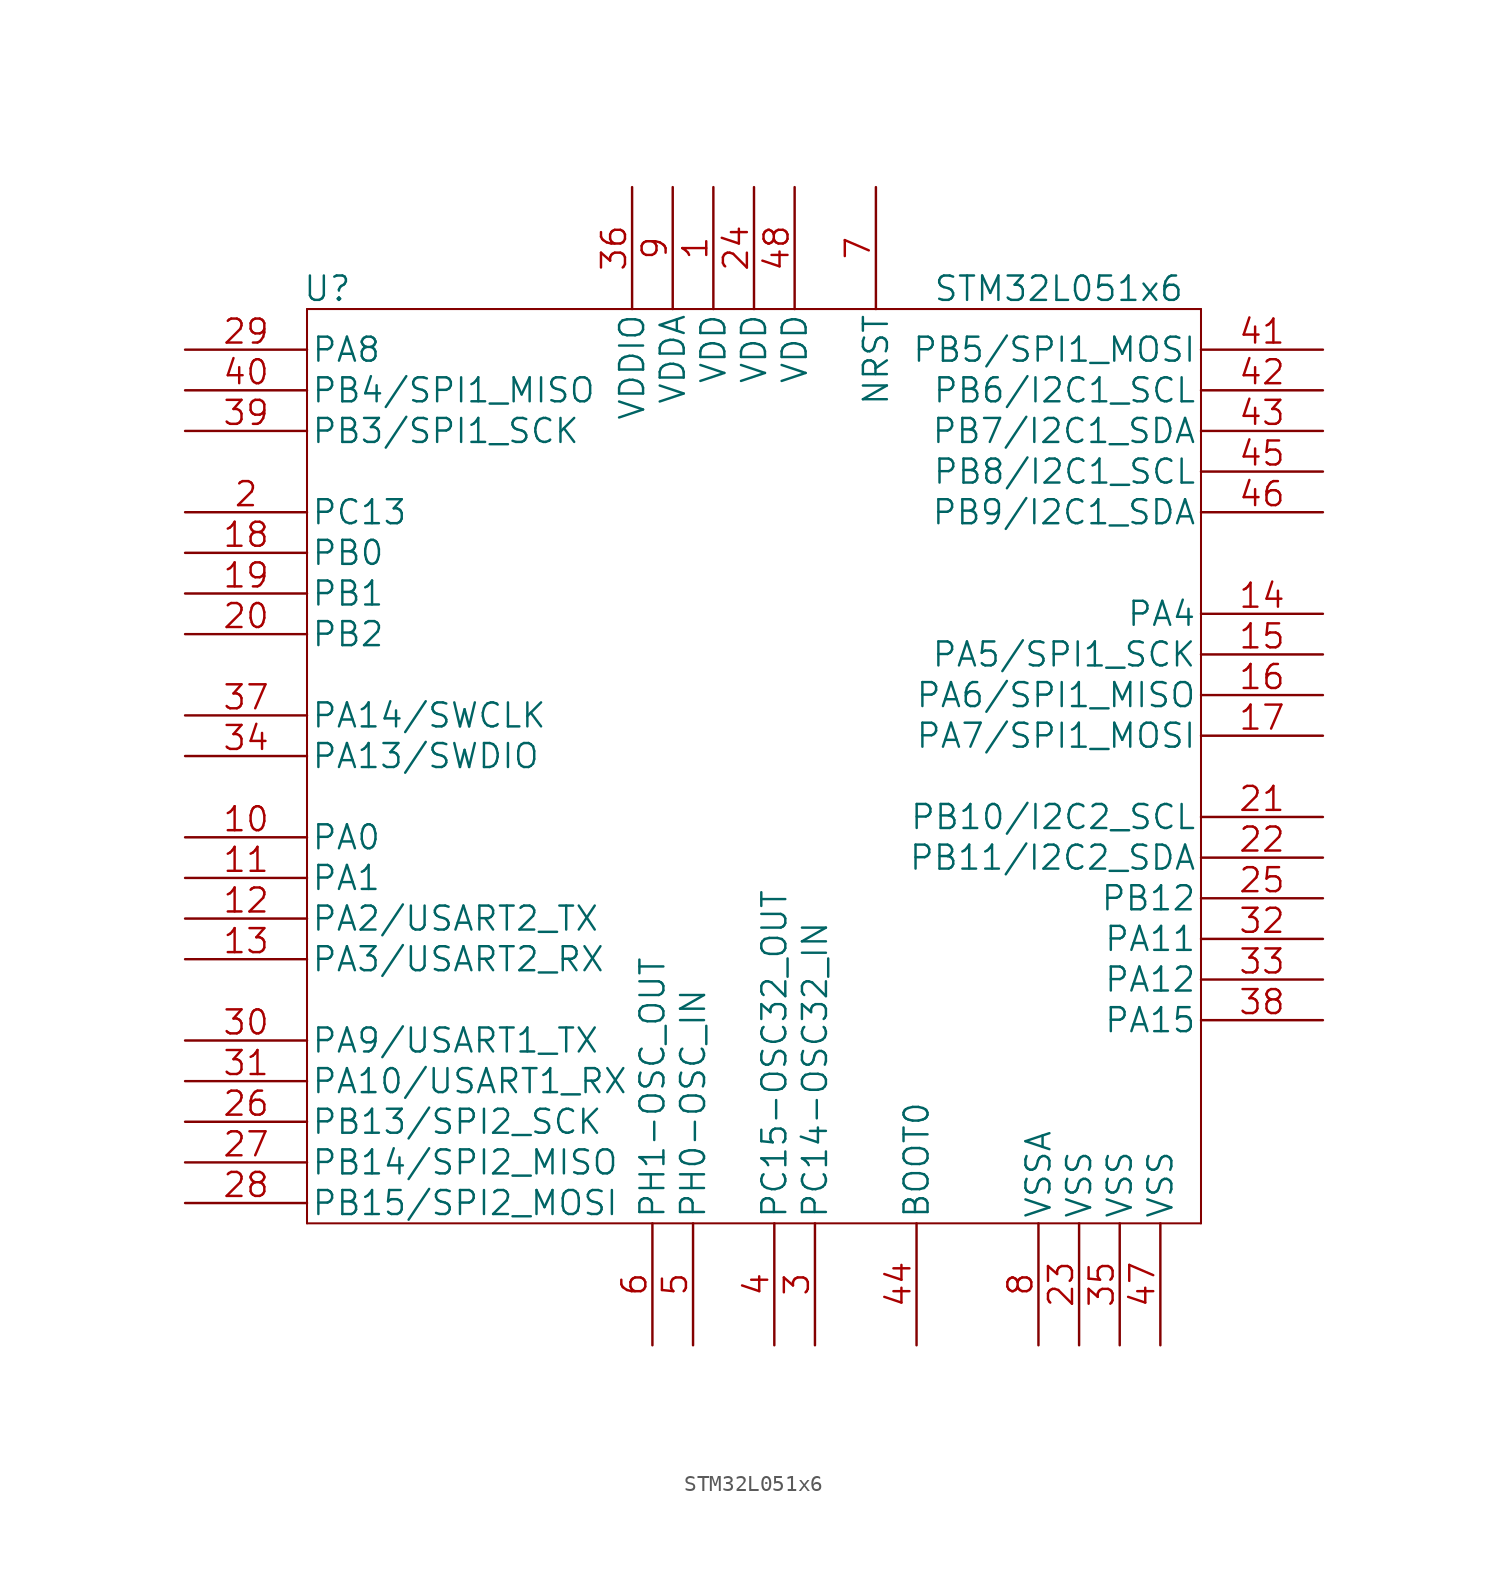
<source format=kicad_sym>
(kicad_symbol_lib
  (version 20211014)
  (generator kicad_symbol_editor)
  (symbol "STM32L051x6"
    (pin_names
      (offset 0.254))
    (property "Reference" "U"
      (at 8.89 3.81 0)
      (effects (font (size 1.524 1.524))))
    (property "Value" "STM32L051x6"
      (at 54.61 3.81 0)
      (effects (font (size 1.524 1.524))))
    (symbol "STM32L051x6_1_1"
      (polyline (pts (xy 7.62 -54.61) (xy 63.5 -54.61)) (stroke (width 0.127) (type default)) (fill (type none)))
      (polyline (pts (xy 7.62 2.54) (xy 7.62 -54.61)) (stroke (width 0.127) (type default)) (fill (type none)))
      (polyline (pts (xy 63.5 -54.61) (xy 63.5 2.54)) (stroke (width 0.127) (type default)) (fill (type none)))
      (polyline (pts (xy 63.5 2.54) (xy 7.62 2.54)) (stroke (width 0.127) (type default)) (fill (type none)))
      (pin power_in line (at 33.02 10.16 270) (length 7.62) (name "VDD" (effects (font (size 1.499 1.499)))) (number "1" (effects (font (size 1.499 1.499)))))
      (pin bidirectional line (at 0 -30.48 0) (length 7.62) (name "PA0" (effects (font (size 1.499 1.499)))) (number "10" (effects (font (size 1.499 1.499)))))
      (pin bidirectional line (at 0 -33.02 0) (length 7.62) (name "PA1" (effects (font (size 1.499 1.499)))) (number "11" (effects (font (size 1.499 1.499)))))
      (pin bidirectional line (at 0 -35.56 0) (length 7.62) (name "PA2/USART2_TX" (effects (font (size 1.499 1.499)))) (number "12" (effects (font (size 1.499 1.499)))))
      (pin bidirectional line (at 0 -38.1 0) (length 7.62) (name "PA3/USART2_RX" (effects (font (size 1.499 1.499)))) (number "13" (effects (font (size 1.499 1.499)))))
      (pin bidirectional line (at 71.12 -16.51 180) (length 7.62) (name "PA4" (effects (font (size 1.499 1.499)))) (number "14" (effects (font (size 1.499 1.499)))))
      (pin bidirectional line (at 71.12 -19.05 180) (length 7.62) (name "PA5/SPI1_SCK" (effects (font (size 1.499 1.499)))) (number "15" (effects (font (size 1.499 1.499)))))
      (pin bidirectional line (at 71.12 -21.59 180) (length 7.62) (name "PA6/SPI1_MISO" (effects (font (size 1.499 1.499)))) (number "16" (effects (font (size 1.499 1.499)))))
      (pin bidirectional line (at 71.12 -24.13 180) (length 7.62) (name "PA7/SPI1_MOSI" (effects (font (size 1.499 1.499)))) (number "17" (effects (font (size 1.499 1.499)))))
      (pin bidirectional line (at 0 -12.7 0) (length 7.62) (name "PB0" (effects (font (size 1.499 1.499)))) (number "18" (effects (font (size 1.499 1.499)))))
      (pin bidirectional line (at 0 -15.24 0) (length 7.62) (name "PB1" (effects (font (size 1.499 1.499)))) (number "19" (effects (font (size 1.499 1.499)))))
      (pin bidirectional line (at 0 -10.16 0) (length 7.62) (name "PC13" (effects (font (size 1.499 1.499)))) (number "2" (effects (font (size 1.499 1.499)))))
      (pin bidirectional line (at 0 -17.78 0) (length 7.62) (name "PB2" (effects (font (size 1.499 1.499)))) (number "20" (effects (font (size 1.499 1.499)))))
      (pin bidirectional line (at 71.12 -29.21 180) (length 7.62) (name "PB10/I2C2_SCL" (effects (font (size 1.499 1.499)))) (number "21" (effects (font (size 1.499 1.499)))))
      (pin bidirectional line (at 71.12 -31.75 180) (length 7.62) (name "PB11/I2C2_SDA" (effects (font (size 1.499 1.499)))) (number "22" (effects (font (size 1.499 1.499)))))
      (pin power_in line (at 55.88 -62.23 90) (length 7.62) (name "VSS" (effects (font (size 1.499 1.499)))) (number "23" (effects (font (size 1.499 1.499)))))
      (pin power_in line (at 35.56 10.16 270) (length 7.62) (name "VDD" (effects (font (size 1.499 1.499)))) (number "24" (effects (font (size 1.499 1.499)))))
      (pin bidirectional line (at 71.12 -34.29 180) (length 7.62) (name "PB12" (effects (font (size 1.499 1.499)))) (number "25" (effects (font (size 1.499 1.499)))))
      (pin bidirectional line (at 0 -48.26 0) (length 7.62) (name "PB13/SPI2_SCK" (effects (font (size 1.499 1.499)))) (number "26" (effects (font (size 1.499 1.499)))))
      (pin bidirectional line (at 0 -50.8 0) (length 7.62) (name "PB14/SPI2_MISO" (effects (font (size 1.499 1.499)))) (number "27" (effects (font (size 1.499 1.499)))))
      (pin bidirectional line (at 0 -53.34 0) (length 7.62) (name "PB15/SPI2_MOSI" (effects (font (size 1.499 1.499)))) (number "28" (effects (font (size 1.499 1.499)))))
      (pin bidirectional line (at 0 0 0) (length 7.62) (name "PA8" (effects (font (size 1.499 1.499)))) (number "29" (effects (font (size 1.499 1.499)))))
      (pin bidirectional line (at 39.37 -62.23 90) (length 7.62) (name "PC14-OSC32_IN" (effects (font (size 1.499 1.499)))) (number "3" (effects (font (size 1.499 1.499)))))
      (pin bidirectional line (at 0 -43.18 0) (length 7.62) (name "PA9/USART1_TX" (effects (font (size 1.499 1.499)))) (number "30" (effects (font (size 1.499 1.499)))))
      (pin bidirectional line (at 0 -45.72 0) (length 7.62) (name "PA10/USART1_RX" (effects (font (size 1.499 1.499)))) (number "31" (effects (font (size 1.499 1.499)))))
      (pin bidirectional line (at 71.12 -36.83 180) (length 7.62) (name "PA11" (effects (font (size 1.499 1.499)))) (number "32" (effects (font (size 1.499 1.499)))))
      (pin bidirectional line (at 71.12 -39.37 180) (length 7.62) (name "PA12" (effects (font (size 1.499 1.499)))) (number "33" (effects (font (size 1.499 1.499)))))
      (pin bidirectional line (at 0 -25.4 0) (length 7.62) (name "PA13/SWDIO" (effects (font (size 1.499 1.499)))) (number "34" (effects (font (size 1.499 1.499)))))
      (pin power_in line (at 58.42 -62.23 90) (length 7.62) (name "VSS" (effects (font (size 1.499 1.499)))) (number "35" (effects (font (size 1.499 1.499)))))
      (pin power_in line (at 27.94 10.16 270) (length 7.62) (name "VDDIO" (effects (font (size 1.499 1.499)))) (number "36" (effects (font (size 1.499 1.499)))))
      (pin bidirectional line (at 0 -22.86 0) (length 7.62) (name "PA14/SWCLK" (effects (font (size 1.499 1.499)))) (number "37" (effects (font (size 1.499 1.499)))))
      (pin bidirectional line (at 71.12 -41.91 180) (length 7.62) (name "PA15" (effects (font (size 1.499 1.499)))) (number "38" (effects (font (size 1.499 1.499)))))
      (pin bidirectional line (at 0 -5.08 0) (length 7.62) (name "PB3/SPI1_SCK" (effects (font (size 1.499 1.499)))) (number "39" (effects (font (size 1.499 1.499)))))
      (pin bidirectional line (at 36.83 -62.23 90) (length 7.62) (name "PC15-OSC32_OUT" (effects (font (size 1.499 1.499)))) (number "4" (effects (font (size 1.499 1.499)))))
      (pin bidirectional line (at 0 -2.54 0) (length 7.62) (name "PB4/SPI1_MISO" (effects (font (size 1.499 1.499)))) (number "40" (effects (font (size 1.499 1.499)))))
      (pin bidirectional line (at 71.12 0 180) (length 7.62) (name "PB5/SPI1_MOSI" (effects (font (size 1.499 1.499)))) (number "41" (effects (font (size 1.499 1.499)))))
      (pin bidirectional line (at 71.12 -2.54 180) (length 7.62) (name "PB6/I2C1_SCL" (effects (font (size 1.499 1.499)))) (number "42" (effects (font (size 1.499 1.499)))))
      (pin bidirectional line (at 71.12 -5.08 180) (length 7.62) (name "PB7/I2C1_SDA" (effects (font (size 1.499 1.499)))) (number "43" (effects (font (size 1.499 1.499)))))
      (pin input line (at 45.72 -62.23 90) (length 7.62) (name "BOOT0" (effects (font (size 1.499 1.499)))) (number "44" (effects (font (size 1.499 1.499)))))
      (pin bidirectional line (at 71.12 -7.62 180) (length 7.62) (name "PB8/I2C1_SCL" (effects (font (size 1.499 1.499)))) (number "45" (effects (font (size 1.499 1.499)))))
      (pin bidirectional line (at 71.12 -10.16 180) (length 7.62) (name "PB9/I2C1_SDA" (effects (font (size 1.499 1.499)))) (number "46" (effects (font (size 1.499 1.499)))))
      (pin power_in line (at 60.96 -62.23 90) (length 7.62) (name "VSS" (effects (font (size 1.499 1.499)))) (number "47" (effects (font (size 1.499 1.499)))))
      (pin power_in line (at 38.1 10.16 270) (length 7.62) (name "VDD" (effects (font (size 1.499 1.499)))) (number "48" (effects (font (size 1.499 1.499)))))
      (pin bidirectional line (at 31.75 -62.23 90) (length 7.62) (name "PH0-OSC_IN" (effects (font (size 1.499 1.499)))) (number "5" (effects (font (size 1.499 1.499)))))
      (pin bidirectional line (at 29.21 -62.23 90) (length 7.62) (name "PH1-OSC_OUT" (effects (font (size 1.499 1.499)))) (number "6" (effects (font (size 1.499 1.499)))))
      (pin bidirectional line (at 43.18 10.16 270) (length 7.62) (name "NRST" (effects (font (size 1.499 1.499)))) (number "7" (effects (font (size 1.499 1.499)))))
      (pin power_in line (at 53.34 -62.23 90) (length 7.62) (name "VSSA" (effects (font (size 1.499 1.499)))) (number "8" (effects (font (size 1.499 1.499)))))
      (pin power_in line (at 30.48 10.16 270) (length 7.62) (name "VDDA" (effects (font (size 1.499 1.499)))) (number "9" (effects (font (size 1.499 1.499))))))))
</source>
